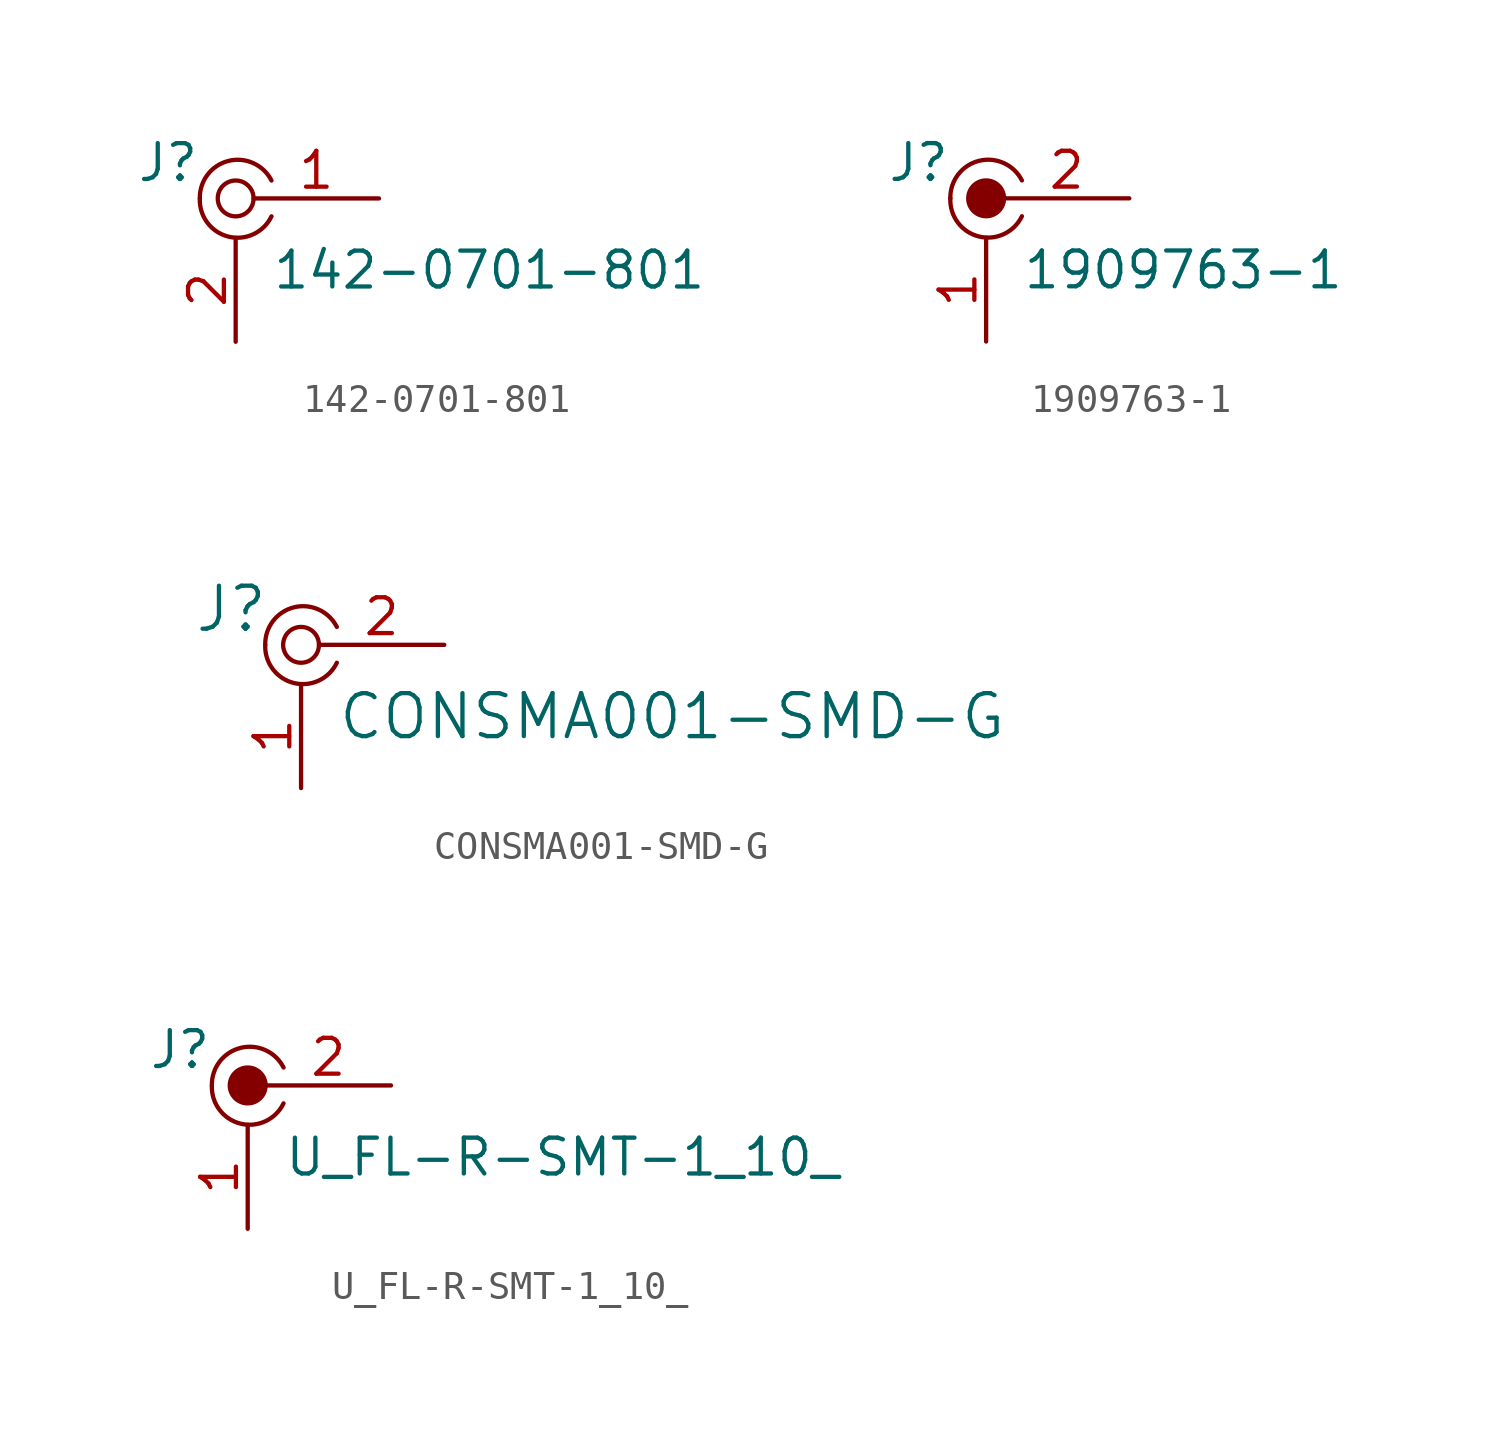
<source format=kicad_sym>
(kicad_symbol_lib
  (version 20201005)
  (generator kicad_symbol_editor)
  (symbol "142-0701-801"
    (pin_names
      (offset 1.016))
    (property "Reference" "J"
      (at -1.27 1.27 0)
      (effects (font (size 1.27 1.27)) (justify right)))
    (property "Value" "142-0701-801"
      (at 1.27 -2.54 0)
      (effects (font (size 1.27 1.27)) (justify left)))
    (symbol "142-0701-801_1_1"
      (arc (start -1.27 0) (end 1.27 -0.635) (radius (at 0.0508 -0.0254) (length 1.3208) (angles 178.9 -26.6)) (stroke (width 0)) (fill (type none)))
      (arc (start 1.27 0.635) (end -1.27 0) (radius (at 0.0762 0.0254) (length 1.3462) (angles 27.1 -178.9)) (stroke (width 0)) (fill (type none)))
      (circle (center 0 0) (radius 0.635) (stroke (width 0)) (fill (type none)))
      (pin passive line (at 5.08 0 180) (length 4.445) (name "~" (effects (font (size 1.27 1.27)))) (number "1" (effects (font (size 1.27 1.27)))))
      (pin passive line (at 0 -5.08 90) (length 3.683) (name "~" (effects (font (size 1.27 1.27)))) (number "2" (effects (font (size 1.27 1.27)))))))
  (symbol "1909763-1"
    (pin_names
      (offset 1.016))
    (property "Reference" "J"
      (at -1.27 1.27 0)
      (effects (font (size 1.27 1.27)) (justify right)))
    (property "Value" "1909763-1"
      (at 1.27 -2.54 0)
      (effects (font (size 1.27 1.27)) (justify left)))
    (symbol "1909763-1_1_1"
      (arc (start -1.27 0) (end 1.27 -0.635) (radius (at 0.0508 -0.0254) (length 1.3208) (angles 178.9 -26.6)) (stroke (width 0)) (fill (type none)))
      (arc (start 1.27 0.635) (end -1.27 0) (radius (at 0.0762 0.0254) (length 1.3462) (angles 27.1 -178.9)) (stroke (width 0)) (fill (type none)))
      (circle (center 0 0) (radius 0.635) (stroke (width 0)) (fill (type outline)))
      (pin passive line (at 0 -5.08 90) (length 3.683) (name "~" (effects (font (size 1.27 1.27)))) (number "1" (effects (font (size 1.27 1.27)))))
      (pin passive line (at 5.08 0 180) (length 4.445) (name "~" (effects (font (size 1.27 1.27)))) (number "2" (effects (font (size 1.27 1.27)))))))
  (symbol "CONSMA001-SMD-G"
    (pin_names
      (offset 1.016))
    (property "Reference" "J"
      (at -3.81 1.27 0)
      (effects (font (size 1.524 1.524)) (justify left)))
    (property "Value" "CONSMA001-SMD-G"
      (at 1.27 -2.54 0)
      (effects (font (size 1.524 1.524)) (justify left)))
    (symbol "CONSMA001-SMD-G_0_1"
      (arc (start -1.27 0) (end 1.27 -0.635) (radius (at 0.0508 -0.0254) (length 1.3208) (angles 178.9 -26.6)) (stroke (width 0)) (fill (type none)))
      (arc (start 1.27 0.635) (end -1.27 0) (radius (at 0.0762 0.0254) (length 1.3462) (angles 27.1 -178.9)) (stroke (width 0)) (fill (type none)))
      (circle (center 0 0) (radius 0.635) (stroke (width 0)) (fill (type none))))
    (symbol "CONSMA001-SMD-G_1_1"
      (pin passive line (at 0 -5.08 90) (length 3.683) (name "~" (effects (font (size 1.27 1.27)))) (number "1" (effects (font (size 1.27 1.27)))))
      (pin passive line (at 5.08 0 180) (length 4.445) (name "~" (effects (font (size 1.27 1.27)))) (number "2" (effects (font (size 1.27 1.27)))))))
  (symbol "U_FL-R-SMT-1_10_"
    (pin_names
      (offset 1.016))
    (property "Reference" "J"
      (at -1.27 1.27 0)
      (effects (font (size 1.27 1.27)) (justify right)))
    (property "Value" "U_FL-R-SMT-1_10_"
      (at 1.27 -2.54 0)
      (effects (font (size 1.27 1.27)) (justify left)))
    (symbol "U_FL-R-SMT-1_10__1_1"
      (arc (start -1.27 0) (end 1.27 -0.635) (radius (at 0.0508 -0.0254) (length 1.3208) (angles 178.9 -26.6)) (stroke (width 0)) (fill (type none)))
      (arc (start 1.27 0.635) (end -1.27 0) (radius (at 0.0762 0.0254) (length 1.3462) (angles 27.1 -178.9)) (stroke (width 0)) (fill (type none)))
      (circle (center 0 0) (radius 0.635) (stroke (width 0)) (fill (type outline)))
      (pin passive line (at 0 -5.08 90) (length 3.683) (name "~" (effects (font (size 1.27 1.27)))) (number "1" (effects (font (size 1.27 1.27)))))
      (pin passive line (at 5.08 0 180) (length 4.445) (name "~" (effects (font (size 1.27 1.27)))) (number "2" (effects (font (size 1.27 1.27))))))))
</source>
